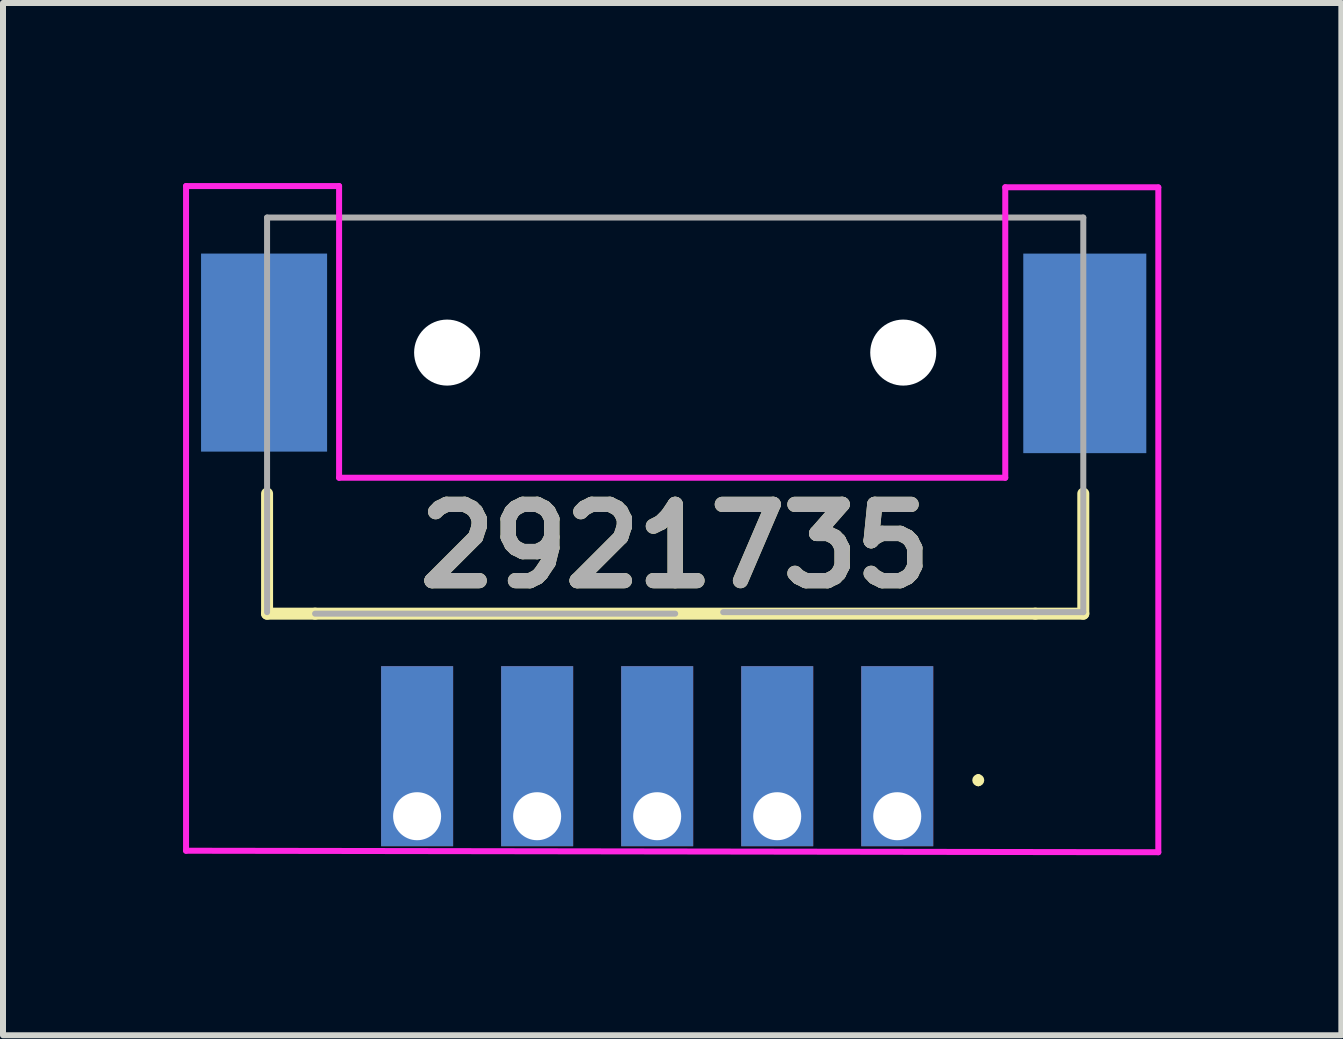
<source format=kicad_pcb>
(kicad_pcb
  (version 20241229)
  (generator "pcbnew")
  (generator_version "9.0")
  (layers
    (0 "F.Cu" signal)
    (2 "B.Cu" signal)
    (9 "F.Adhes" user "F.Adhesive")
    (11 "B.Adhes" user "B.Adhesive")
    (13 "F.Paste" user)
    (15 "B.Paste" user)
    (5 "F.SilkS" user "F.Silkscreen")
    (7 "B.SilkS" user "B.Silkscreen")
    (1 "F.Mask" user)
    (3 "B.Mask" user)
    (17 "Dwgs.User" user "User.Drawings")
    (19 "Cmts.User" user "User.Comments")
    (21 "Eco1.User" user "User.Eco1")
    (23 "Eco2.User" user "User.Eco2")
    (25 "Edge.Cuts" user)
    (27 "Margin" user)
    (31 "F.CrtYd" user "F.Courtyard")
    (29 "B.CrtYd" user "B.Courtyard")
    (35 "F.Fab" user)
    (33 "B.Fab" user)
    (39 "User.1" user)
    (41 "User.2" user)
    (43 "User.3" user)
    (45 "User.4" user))
  (footprint "2921735"
    (layer "F.Cu")
    (at 8.2 6.05)
    (property "Reference" "2921735" (at 0 0 0) (layer "F.SilkS") (effects (font (size 1.27 1.27) (thickness 0.254))))
    (attr through_hole)
    (fp_line (start -6.8 -0.875) (end -6.8 1.125) (stroke (width 0.2) (type solid)) (layer "F.SilkS"))
    (fp_line (start -6.8 1.125) (end -6 1.125) (stroke (width 0.2) (type solid)) (layer "F.SilkS"))
    (fp_line (start -6 1.125) (end 6 1.125) (stroke (width 0.2) (type solid)) (layer "F.SilkS"))
    (fp_line (start 5.05 3.85) (end 5.05 3.85) (stroke (width 0.1) (type solid)) (layer "F.SilkS"))
    (fp_line (start 5.05 3.95) (end 5.05 3.95) (stroke (width 0.1) (type solid)) (layer "F.SilkS"))
    (fp_line (start 6 1.125) (end 6.8 1.125) (stroke (width 0.2) (type solid)) (layer "F.SilkS"))
    (fp_line (start 6.8 1.125) (end 6.8 -0.875) (stroke (width 0.2) (type solid)) (layer "F.SilkS"))
    (fp_arc (start 5.05 3.85) (mid 5.1 3.9) (end 5.05 3.95) (stroke (width 0.1) (type solid)) (layer "F.SilkS"))
    (fp_arc (start 5.05 3.95) (mid 5 3.9) (end 5.05 3.85) (stroke (width 0.1) (type solid)) (layer "F.SilkS"))
    (fp_line (start -8.15 -6) (end -5.6 -6) (stroke (width 0.1) (type solid)) (layer "F.CrtYd"))
    (fp_line (start -8.15 5.075) (end -8.15 -6) (stroke (width 0.1) (type solid)) (layer "F.CrtYd"))
    (fp_line (start -5.6 -6) (end -5.6 -1.14) (stroke (width 0.1) (type default)) (layer "F.CrtYd"))
    (fp_line (start 5.5 -5.98) (end 5.5 -1.14) (stroke (width 0.1) (type default)) (layer "F.CrtYd"))
    (fp_line (start 5.5 -5.98) (end 8.05 -5.98) (stroke (width 0.1) (type solid)) (layer "F.CrtYd"))
    (fp_line (start 5.5 -1.14) (end -5.6 -1.14) (stroke (width 0.1) (type solid)) (layer "F.CrtYd"))
    (fp_line (start 8.05 -5.975) (end 8.05 5.1) (stroke (width 0.1) (type solid)) (layer "F.CrtYd"))
    (fp_line (start 8.05 5.1) (end -8.15 5.075) (stroke (width 0.1) (type solid)) (layer "F.CrtYd"))
    (fp_line (start -6.8 -5.475) (end -6.8 1.1) (stroke (width 0.1) (type solid)) (layer "F.Fab"))
    (fp_line (start -6 1.125) (end 0 1.125) (stroke (width 0.1) (type solid)) (layer "F.Fab"))
    (fp_line (start 0.8 1.1) (end 6.8 1.1) (stroke (width 0.1) (type solid)) (layer "F.Fab"))
    (fp_line (start 6.8 -5.475) (end -6.8 -5.475) (stroke (width 0.1) (type solid)) (layer "F.Fab"))
    (fp_line (start 6.8 1.1) (end 6.8 -5.475) (stroke (width 0.1) (type solid)) (layer "F.Fab"))
    (fp_text user "${REFERENCE}" (at 0 0 0) (layer "F.Fab") (effects (font (size 1.27 1.27) (thickness 0.254))))
    (pad "" np_thru_hole circle (at -3.8 -3.225) (size 1.1 1.1) (drill 1.1) (layers "*.Cu" "*.Mask"))
    (pad "" np_thru_hole circle (at 3.8 -3.225) (size 1.1 1.1) (drill 1.1) (layers "*.Cu" "*.Mask"))
    (pad "1" thru_hole rect (at 3.7 4.5) (size 1.2 3) (drill 0.8 (offset 0 -1)) (property pad_prop_castellated) (layers "*.Cu" "*.Mask"))
    (pad "2" thru_hole rect (at 1.7 4.5) (size 1.2 3) (drill 0.8 (offset 0 -1)) (property pad_prop_castellated) (layers "*.Cu" "*.Mask"))
    (pad "3" thru_hole rect (at -0.3 4.5) (size 1.2 3) (drill 0.8 (offset 0 -1)) (property pad_prop_castellated) (layers "*.Cu" "*.Mask"))
    (pad "4" thru_hole rect (at -2.3 4.5) (size 1.2 3) (drill 0.8 (offset 0 -1)) (property pad_prop_castellated) (layers "*.Cu" "*.Mask"))
    (pad "5" thru_hole rect (at -4.3 4.5) (size 1.2 3) (drill 0.8 (offset 0 -1)) (property pad_prop_castellated) (layers "*.Cu" "*.Mask"))
    (pad "MP" smd rect (at -6.85 -3.225) (size 2.1 3.3) (layers "B.Cu" "B.Mask" "B.Paste"))
    (pad "MP" smd rect (at 6.825 -3.212) (size 2.05 3.325) (layers "B.Cu" "B.Mask" "B.Paste")))
  (gr_rect
    (start -3 -3)
    (end 19.3 14.2)
    (stroke (width 0.1) (type default))
    (fill no)
    (layer "Edge.Cuts")))
</source>
